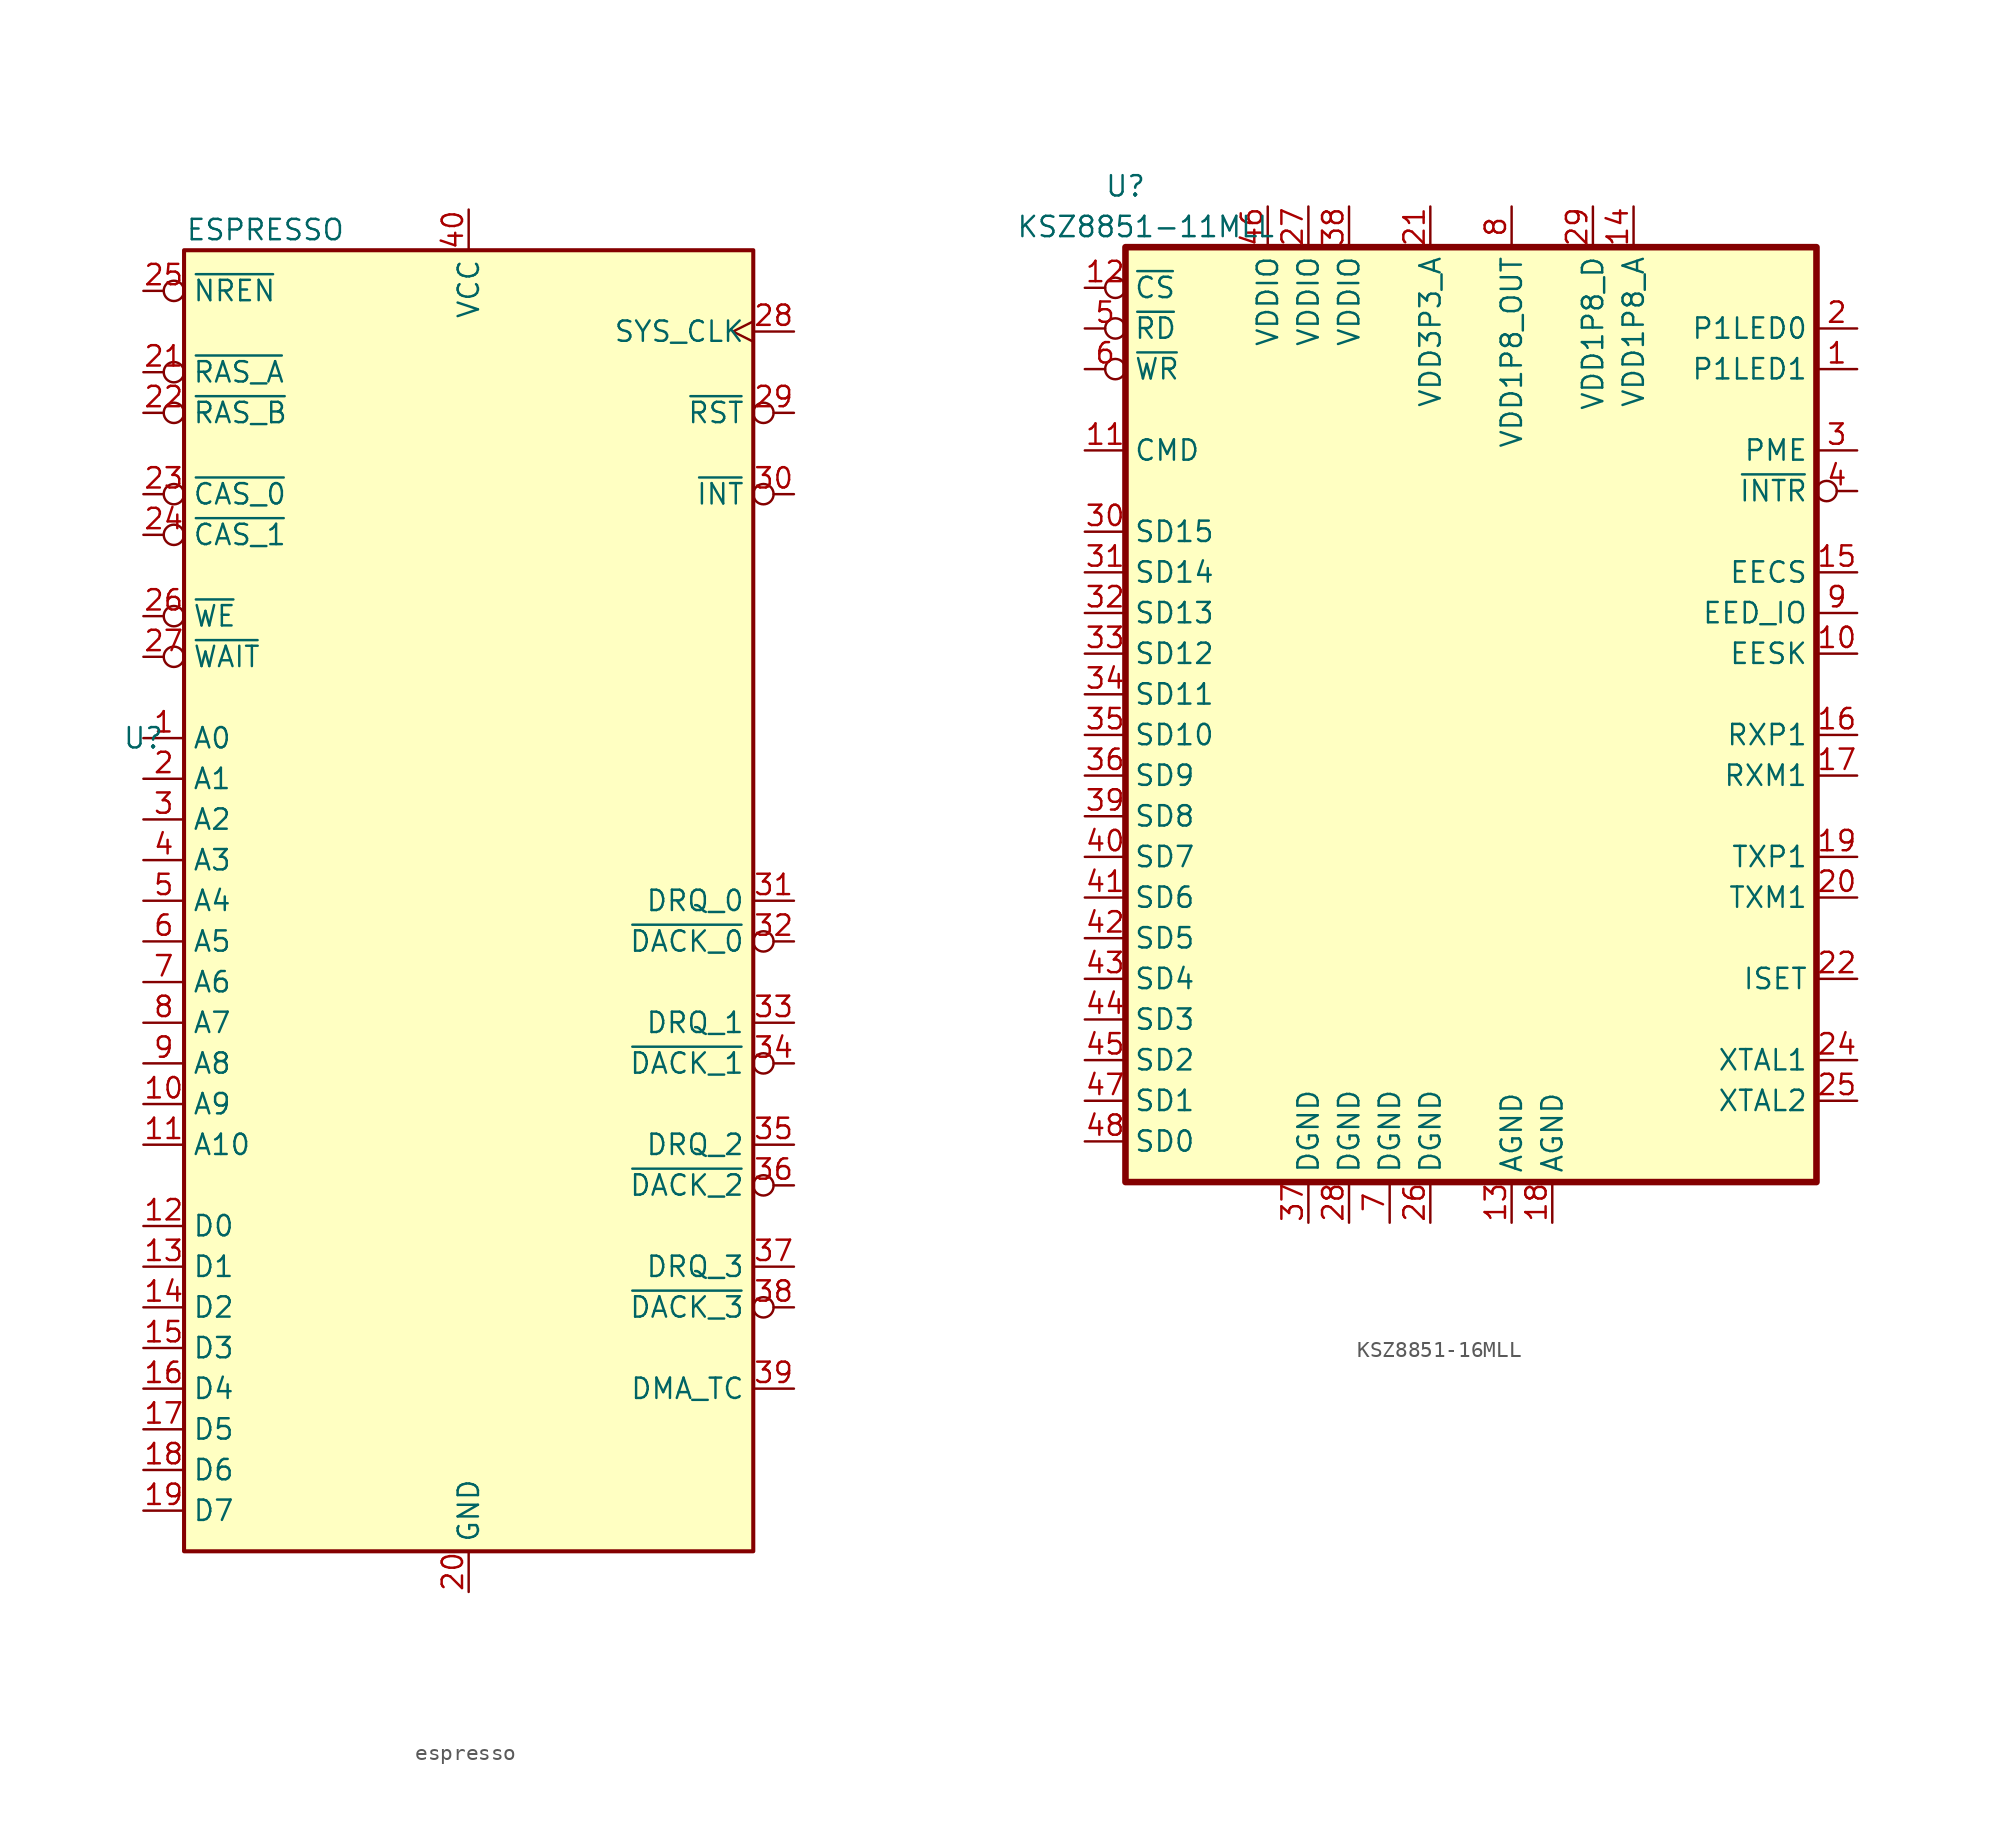
<source format=kicad_sym>
(kicad_symbol_lib
  (version 20220914)
  (generator kicad_symbol_editor)
  (symbol "espresso"
    (property "Reference" "U"
      (at -20.32 10.16 0)
      (effects (font (size 1.27 1.27))))
    (property "Value" "ESPRESSO"
      (at -12.7 41.91 0)
      (effects (font (size 1.27 1.27))))
    (symbol "espresso_0_0"
      (pin output line (at -20.32 10.16 0) (length 2.54) (name "A0" (effects (font (size 1.27 1.27)))) (number "1" (effects (font (size 1.27 1.27)))))
      (pin output line (at -20.32 -12.7 0) (length 2.54) (name "A9" (effects (font (size 1.27 1.27)))) (number "10" (effects (font (size 1.27 1.27)))))
      (pin output line (at -20.32 -15.24 0) (length 2.54) (name "A10" (effects (font (size 1.27 1.27)))) (number "11" (effects (font (size 1.27 1.27)))))
      (pin bidirectional line (at -20.32 -20.32 0) (length 2.54) (name "D0" (effects (font (size 1.27 1.27)))) (number "12" (effects (font (size 1.27 1.27)))))
      (pin bidirectional line (at -20.32 -22.86 0) (length 2.54) (name "D1" (effects (font (size 1.27 1.27)))) (number "13" (effects (font (size 1.27 1.27)))))
      (pin bidirectional line (at -20.32 -25.4 0) (length 2.54) (name "D2" (effects (font (size 1.27 1.27)))) (number "14" (effects (font (size 1.27 1.27)))))
      (pin bidirectional line (at -20.32 -27.94 0) (length 2.54) (name "D3" (effects (font (size 1.27 1.27)))) (number "15" (effects (font (size 1.27 1.27)))))
      (pin bidirectional line (at -20.32 -30.48 0) (length 2.54) (name "D4" (effects (font (size 1.27 1.27)))) (number "16" (effects (font (size 1.27 1.27)))))
      (pin bidirectional line (at -20.32 -33.02 0) (length 2.54) (name "D5" (effects (font (size 1.27 1.27)))) (number "17" (effects (font (size 1.27 1.27)))))
      (pin bidirectional line (at -20.32 -35.56 0) (length 2.54) (name "D6" (effects (font (size 1.27 1.27)))) (number "18" (effects (font (size 1.27 1.27)))))
      (pin bidirectional line (at -20.32 -38.1 0) (length 2.54) (name "D7" (effects (font (size 1.27 1.27)))) (number "19" (effects (font (size 1.27 1.27)))))
      (pin output line (at -20.32 7.62 0) (length 2.54) (name "A1" (effects (font (size 1.27 1.27)))) (number "2" (effects (font (size 1.27 1.27)))))
      (pin power_in line (at 0 -43.18 90) (length 2.54) (name "GND" (effects (font (size 1.27 1.27)))) (number "20" (effects (font (size 1.27 1.27)))))
      (pin output inverted (at -20.32 30.48 0) (length 2.54) (name "~{RAS_B}" (effects (font (size 1.27 1.27)))) (number "22" (effects (font (size 1.27 1.27)))))
      (pin output inverted (at -20.32 38.1 0) (length 2.54) (name "~{NREN}" (effects (font (size 1.27 1.27)))) (number "25" (effects (font (size 1.27 1.27)))))
      (pin output inverted (at -20.32 17.78 0) (length 2.54) (name "~{WE}" (effects (font (size 1.27 1.27)))) (number "26" (effects (font (size 1.27 1.27)))))
      (pin input inverted (at -20.32 15.24 0) (length 2.54) (name "~{WAIT}" (effects (font (size 1.27 1.27)))) (number "27" (effects (font (size 1.27 1.27)))))
      (pin input clock (at 20.32 35.56 180) (length 2.54) (name "SYS_CLK" (effects (font (size 1.27 1.27)))) (number "28" (effects (font (size 1.27 1.27)))))
      (pin input inverted (at 20.32 30.48 180) (length 2.54) (name "~{RST}" (effects (font (size 1.27 1.27)))) (number "29" (effects (font (size 1.27 1.27)))))
      (pin output line (at -20.32 5.08 0) (length 2.54) (name "A2" (effects (font (size 1.27 1.27)))) (number "3" (effects (font (size 1.27 1.27)))))
      (pin input inverted (at 20.32 25.4 180) (length 2.54) (name "~{INT}" (effects (font (size 1.27 1.27)))) (number "30" (effects (font (size 1.27 1.27)))))
      (pin bidirectional line (at 20.32 0 180) (length 2.54) (name "DRQ_0" (effects (font (size 1.27 1.27)))) (number "31" (effects (font (size 1.27 1.27)))))
      (pin bidirectional inverted (at 20.32 -2.54 180) (length 2.54) (name "~{DACK_0}" (effects (font (size 1.27 1.27)))) (number "32" (effects (font (size 1.27 1.27)))))
      (pin bidirectional line (at 20.32 -7.62 180) (length 2.54) (name "DRQ_1" (effects (font (size 1.27 1.27)))) (number "33" (effects (font (size 1.27 1.27)))))
      (pin bidirectional inverted (at 20.32 -10.16 180) (length 2.54) (name "~{DACK_1}" (effects (font (size 1.27 1.27)))) (number "34" (effects (font (size 1.27 1.27)))))
      (pin bidirectional line (at 20.32 -15.24 180) (length 2.54) (name "DRQ_2" (effects (font (size 1.27 1.27)))) (number "35" (effects (font (size 1.27 1.27)))))
      (pin bidirectional inverted (at 20.32 -17.78 180) (length 2.54) (name "~{DACK_2}" (effects (font (size 1.27 1.27)))) (number "36" (effects (font (size 1.27 1.27)))))
      (pin bidirectional line (at 20.32 -22.86 180) (length 2.54) (name "DRQ_3" (effects (font (size 1.27 1.27)))) (number "37" (effects (font (size 1.27 1.27)))))
      (pin bidirectional inverted (at 20.32 -25.4 180) (length 2.54) (name "~{DACK_3}" (effects (font (size 1.27 1.27)))) (number "38" (effects (font (size 1.27 1.27)))))
      (pin bidirectional line (at 20.32 -30.48 180) (length 2.54) (name "DMA_TC" (effects (font (size 1.27 1.27)))) (number "39" (effects (font (size 1.27 1.27)))))
      (pin output line (at -20.32 2.54 0) (length 2.54) (name "A3" (effects (font (size 1.27 1.27)))) (number "4" (effects (font (size 1.27 1.27)))))
      (pin power_in line (at 0 43.18 270) (length 2.54) (name "VCC" (effects (font (size 1.27 1.27)))) (number "40" (effects (font (size 1.27 1.27)))))
      (pin output line (at -20.32 0 0) (length 2.54) (name "A4" (effects (font (size 1.27 1.27)))) (number "5" (effects (font (size 1.27 1.27)))))
      (pin output line (at -20.32 -2.54 0) (length 2.54) (name "A5" (effects (font (size 1.27 1.27)))) (number "6" (effects (font (size 1.27 1.27)))))
      (pin output line (at -20.32 -5.08 0) (length 2.54) (name "A6" (effects (font (size 1.27 1.27)))) (number "7" (effects (font (size 1.27 1.27)))))
      (pin output line (at -20.32 -7.62 0) (length 2.54) (name "A7" (effects (font (size 1.27 1.27)))) (number "8" (effects (font (size 1.27 1.27)))))
      (pin output line (at -20.32 -10.16 0) (length 2.54) (name "A8" (effects (font (size 1.27 1.27)))) (number "9" (effects (font (size 1.27 1.27))))))
    (symbol "espresso_0_1"
      (rectangle (start -17.78 40.64) (end 17.78 -40.64) (stroke (width 0.254) (type default)) (fill (type background))))
    (symbol "espresso_1_0"
      (pin output inverted (at -20.32 33.02 0) (length 2.54) (name "~{RAS_A}" (effects (font (size 1.27 1.27)))) (number "21" (effects (font (size 1.27 1.27)))))
      (pin output inverted (at -20.32 25.4 0) (length 2.54) (name "~{CAS_0}" (effects (font (size 1.27 1.27)))) (number "23" (effects (font (size 1.27 1.27)))))
      (pin output inverted (at -20.32 22.86 0) (length 2.54) (name "~{CAS_1}" (effects (font (size 1.27 1.27)))) (number "24" (effects (font (size 1.27 1.27)))))))
  (symbol "KSZ8851-16MLL"
    (property "Reference" "U"
      (at -11.43 16.51 0)
      (effects (font (size 1.27 1.27))))
    (property "Value" "KSZ8851-11MLL"
      (at -10.16 13.97 0)
      (effects (font (size 1.27 1.27))))
    (symbol "KSZ8851-16MLL_0_0"
      (rectangle (start -11.43 12.7) (end 31.75 -45.72) (stroke (width 0.41) (type default)) (fill (type background)))
      (pin bidirectional line (at 34.29 5.08 180) (length 2.54) (name "P1LED1" (effects (font (size 1.27 1.27)))) (number "1" (effects (font (size 1.27 1.27)))))
      (pin output line (at 34.29 -12.7 180) (length 2.54) (name "EESK" (effects (font (size 1.27 1.27)))) (number "10" (effects (font (size 1.27 1.27)))))
      (pin input line (at -13.97 0 0) (length 2.54) (name "CMD" (effects (font (size 1.27 1.27)))) (number "11" (effects (font (size 1.27 1.27)))))
      (pin input inverted (at -13.97 10.16 0) (length 2.54) (name "~{CS}" (effects (font (size 1.27 1.27)))) (number "12" (effects (font (size 1.27 1.27)))))
      (pin power_in line (at 12.7 -48.26 90) (length 2.54) (name "AGND" (effects (font (size 1.27 1.27)))) (number "13" (effects (font (size 1.27 1.27)))))
      (pin power_in line (at 20.32 15.24 270) (length 2.54) (name "VDD1P8_A" (effects (font (size 1.27 1.27)))) (number "14" (effects (font (size 1.27 1.27)))))
      (pin output line (at 34.29 -7.62 180) (length 2.54) (name "EECS" (effects (font (size 1.27 1.27)))) (number "15" (effects (font (size 1.27 1.27)))))
      (pin bidirectional line (at 34.29 -17.78 180) (length 2.54) (name "RXP1" (effects (font (size 1.27 1.27)))) (number "16" (effects (font (size 1.27 1.27)))))
      (pin bidirectional line (at 34.29 -20.32 180) (length 2.54) (name "RXM1" (effects (font (size 1.27 1.27)))) (number "17" (effects (font (size 1.27 1.27)))))
      (pin power_in line (at 15.24 -48.26 90) (length 2.54) (name "AGND" (effects (font (size 1.27 1.27)))) (number "18" (effects (font (size 1.27 1.27)))))
      (pin bidirectional line (at 34.29 -25.4 180) (length 2.54) (name "TXP1" (effects (font (size 1.27 1.27)))) (number "19" (effects (font (size 1.27 1.27)))))
      (pin output line (at 34.29 7.62 180) (length 2.54) (name "P1LED0" (effects (font (size 1.27 1.27)))) (number "2" (effects (font (size 1.27 1.27)))))
      (pin bidirectional line (at 34.29 -27.94 180) (length 2.54) (name "TXM1" (effects (font (size 1.27 1.27)))) (number "20" (effects (font (size 1.27 1.27)))))
      (pin power_out line (at 7.62 15.24 270) (length 2.54) (name "VDD3P3_A" (effects (font (size 1.27 1.27)))) (number "21" (effects (font (size 1.27 1.27)))))
      (pin passive line (at 34.29 -33.02 180) (length 2.54) (name "ISET" (effects (font (size 1.27 1.27)))) (number "22" (effects (font (size 1.27 1.27)))))
      (pin input line (at 34.29 -38.1 180) (length 2.54) (name "XTAL1" (effects (font (size 1.27 1.27)))) (number "24" (effects (font (size 1.27 1.27)))))
      (pin output line (at 34.29 -40.64 180) (length 2.54) (name "XTAL2" (effects (font (size 1.27 1.27)))) (number "25" (effects (font (size 1.27 1.27)))))
      (pin power_in line (at 7.62 -48.26 90) (length 2.54) (name "DGND" (effects (font (size 1.27 1.27)))) (number "26" (effects (font (size 1.27 1.27)))))
      (pin open_collector line (at 0 15.24 270) (length 2.54) (name "VDDIO" (effects (font (size 1.27 1.27)))) (number "27" (effects (font (size 1.27 1.27)))))
      (pin power_in line (at 2.54 -48.26 90) (length 2.54) (name "DGND" (effects (font (size 1.27 1.27)))) (number "28" (effects (font (size 1.27 1.27)))))
      (pin power_in line (at 17.78 15.24 270) (length 2.54) (name "VDD1P8_D" (effects (font (size 1.27 1.27)))) (number "29" (effects (font (size 1.27 1.27)))))
      (pin output line (at 34.29 0 180) (length 2.54) (name "PME" (effects (font (size 1.27 1.27)))) (number "3" (effects (font (size 1.27 1.27)))))
      (pin bidirectional line (at -13.97 -5.08 0) (length 2.54) (name "SD15" (effects (font (size 1.27 1.27)))) (number "30" (effects (font (size 1.27 1.27)))))
      (pin bidirectional line (at -13.97 -7.62 0) (length 2.54) (name "SD14" (effects (font (size 1.27 1.27)))) (number "31" (effects (font (size 1.27 1.27)))))
      (pin bidirectional line (at -13.97 -10.16 0) (length 2.54) (name "SD13" (effects (font (size 1.27 1.27)))) (number "32" (effects (font (size 1.27 1.27)))))
      (pin bidirectional line (at -13.97 -12.7 0) (length 2.54) (name "SD12" (effects (font (size 1.27 1.27)))) (number "33" (effects (font (size 1.27 1.27)))))
      (pin bidirectional line (at -13.97 -15.24 0) (length 2.54) (name "SD11" (effects (font (size 1.27 1.27)))) (number "34" (effects (font (size 1.27 1.27)))))
      (pin bidirectional line (at -13.97 -17.78 0) (length 2.54) (name "SD10" (effects (font (size 1.27 1.27)))) (number "35" (effects (font (size 1.27 1.27)))))
      (pin bidirectional line (at -13.97 -20.32 0) (length 2.54) (name "SD9" (effects (font (size 1.27 1.27)))) (number "36" (effects (font (size 1.27 1.27)))))
      (pin power_in line (at 0 -48.26 90) (length 2.54) (name "DGND" (effects (font (size 1.27 1.27)))) (number "37" (effects (font (size 1.27 1.27)))))
      (pin power_in line (at 2.54 15.24 270) (length 2.54) (name "VDDIO" (effects (font (size 1.27 1.27)))) (number "38" (effects (font (size 1.27 1.27)))))
      (pin bidirectional line (at -13.97 -22.86 0) (length 2.54) (name "SD8" (effects (font (size 1.27 1.27)))) (number "39" (effects (font (size 1.27 1.27)))))
      (pin output inverted (at 34.29 -2.54 180) (length 2.54) (name "~{INTR}" (effects (font (size 1.27 1.27)))) (number "4" (effects (font (size 1.27 1.27)))))
      (pin bidirectional line (at -13.97 -25.4 0) (length 2.54) (name "SD7" (effects (font (size 1.27 1.27)))) (number "40" (effects (font (size 1.27 1.27)))))
      (pin bidirectional line (at -13.97 -27.94 0) (length 2.54) (name "SD6" (effects (font (size 1.27 1.27)))) (number "41" (effects (font (size 1.27 1.27)))))
      (pin bidirectional line (at -13.97 -30.48 0) (length 2.54) (name "SD5" (effects (font (size 1.27 1.27)))) (number "42" (effects (font (size 1.27 1.27)))))
      (pin bidirectional line (at -13.97 -33.02 0) (length 2.54) (name "SD4" (effects (font (size 1.27 1.27)))) (number "43" (effects (font (size 1.27 1.27)))))
      (pin bidirectional line (at -13.97 -35.56 0) (length 2.54) (name "SD3" (effects (font (size 1.27 1.27)))) (number "44" (effects (font (size 1.27 1.27)))))
      (pin bidirectional line (at -13.97 -38.1 0) (length 2.54) (name "SD2" (effects (font (size 1.27 1.27)))) (number "45" (effects (font (size 1.27 1.27)))))
      (pin power_in line (at -2.54 15.24 270) (length 2.54) (name "VDDIO" (effects (font (size 1.27 1.27)))) (number "46" (effects (font (size 1.27 1.27)))))
      (pin bidirectional line (at -13.97 -40.64 0) (length 2.54) (name "SD1" (effects (font (size 1.27 1.27)))) (number "47" (effects (font (size 1.27 1.27)))))
      (pin bidirectional line (at -13.97 -43.18 0) (length 2.54) (name "SD0" (effects (font (size 1.27 1.27)))) (number "48" (effects (font (size 1.27 1.27)))))
      (pin input inverted (at -13.97 7.62 0) (length 2.54) (name "~{RD}" (effects (font (size 1.27 1.27)))) (number "5" (effects (font (size 1.27 1.27)))))
      (pin input inverted (at -13.97 5.08 0) (length 2.54) (name "~{WR}" (effects (font (size 1.27 1.27)))) (number "6" (effects (font (size 1.27 1.27)))))
      (pin power_in line (at 5.08 -48.26 90) (length 2.54) (name "DGND" (effects (font (size 1.27 1.27)))) (number "7" (effects (font (size 1.27 1.27)))))
      (pin power_out line (at 12.7 15.24 270) (length 2.54) (name "VDD1P8_OUT" (effects (font (size 1.27 1.27)))) (number "8" (effects (font (size 1.27 1.27)))))
      (pin bidirectional line (at 34.29 -10.16 180) (length 2.54) (name "EED_IO" (effects (font (size 1.27 1.27)))) (number "9" (effects (font (size 1.27 1.27))))))))
</source>
